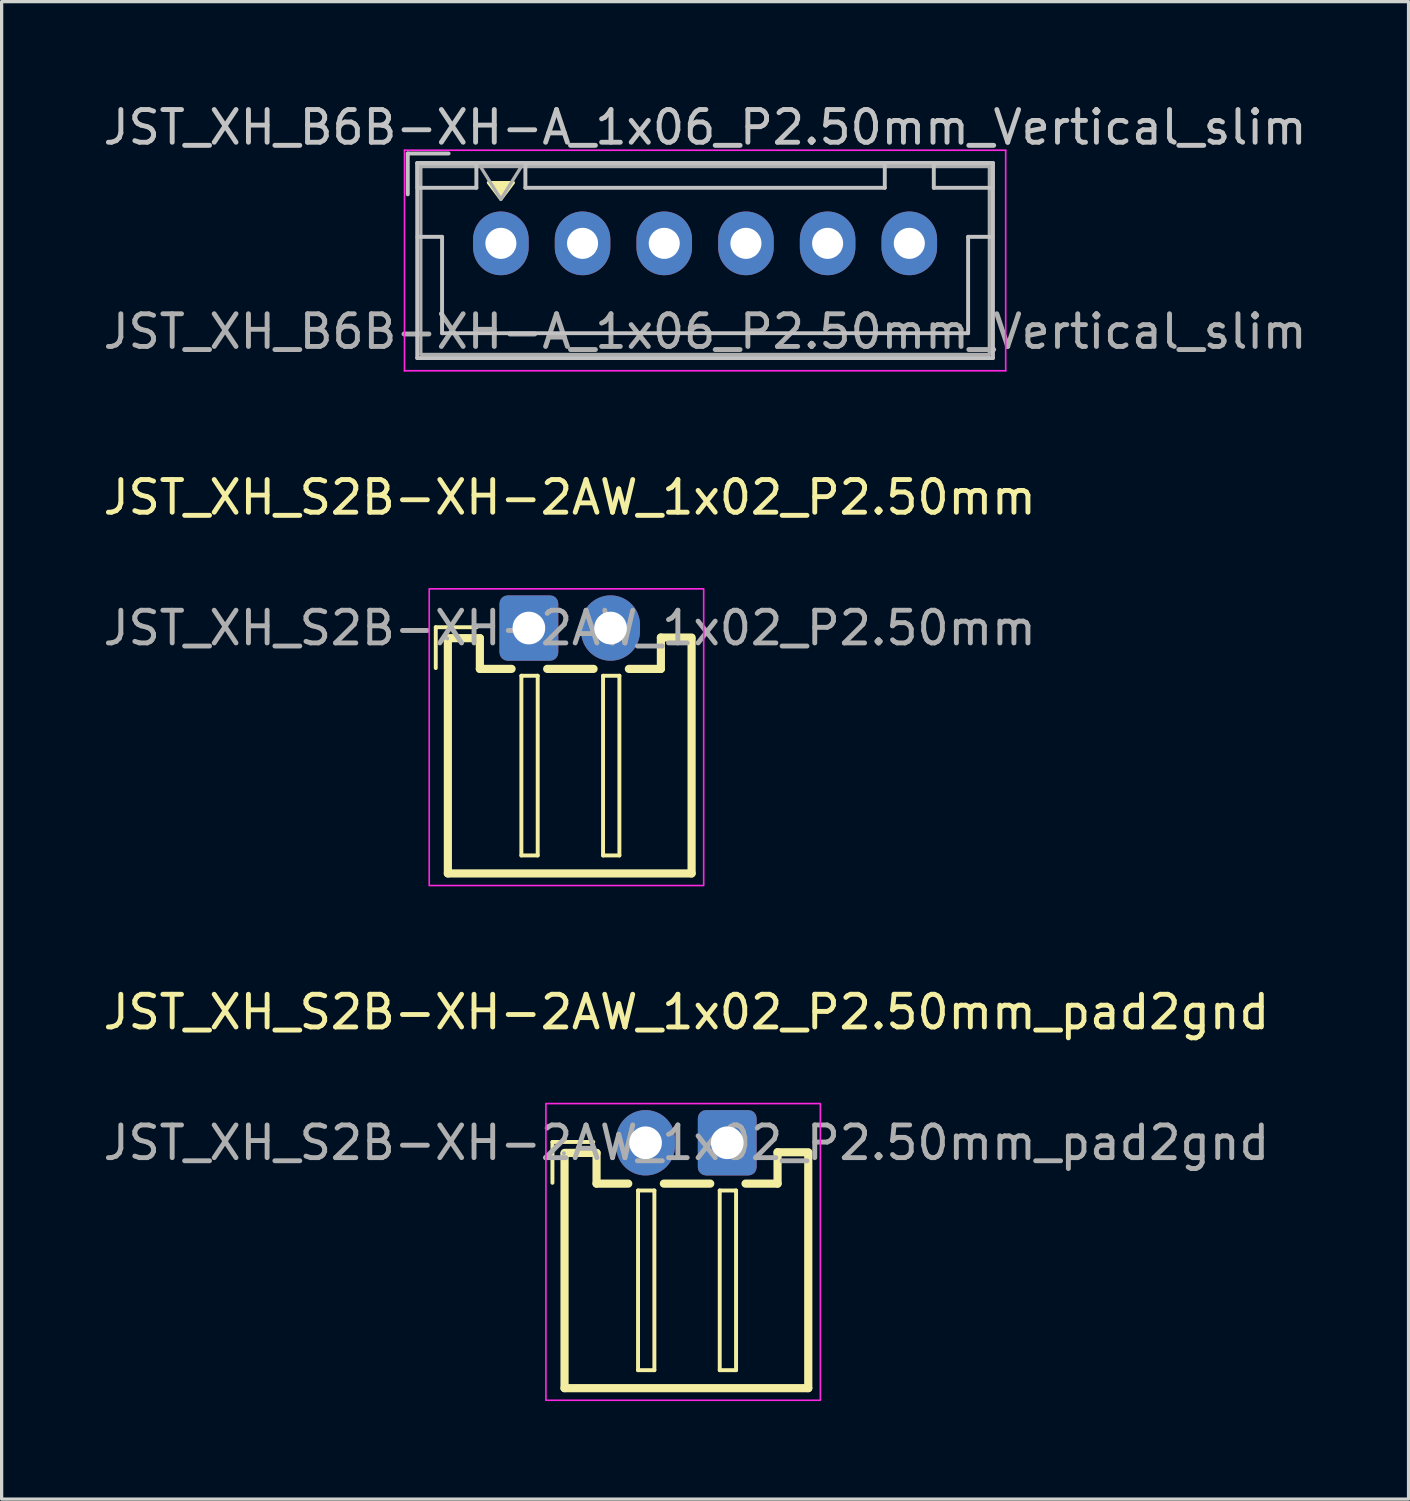
<source format=kicad_pcb>
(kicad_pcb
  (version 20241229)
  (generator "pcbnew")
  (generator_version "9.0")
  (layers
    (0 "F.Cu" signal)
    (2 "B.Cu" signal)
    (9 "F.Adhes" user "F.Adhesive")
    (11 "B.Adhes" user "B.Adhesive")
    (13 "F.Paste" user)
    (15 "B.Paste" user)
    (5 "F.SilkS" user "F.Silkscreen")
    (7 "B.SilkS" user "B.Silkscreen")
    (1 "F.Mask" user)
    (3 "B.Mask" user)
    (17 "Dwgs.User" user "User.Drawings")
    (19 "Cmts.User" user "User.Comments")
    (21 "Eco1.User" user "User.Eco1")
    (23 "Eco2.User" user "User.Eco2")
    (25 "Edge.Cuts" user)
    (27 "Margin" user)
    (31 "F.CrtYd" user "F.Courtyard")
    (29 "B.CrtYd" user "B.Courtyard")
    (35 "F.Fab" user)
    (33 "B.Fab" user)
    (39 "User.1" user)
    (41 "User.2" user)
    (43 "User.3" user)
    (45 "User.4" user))
  (footprint "JST_XH_S2B-XH-2AW_1x02_P2.50mm"
    (layer "F.Cu")
    (at 14.387 16.172)
    (property "Reference" "JST_XH_S2B-XH-2AW_1x02_P2.50mm" (at 0 -4 0) (layer "F.SilkS") (effects (font (size 1 1) (thickness 0.15))))
    (attr through_hole)
    (fp_line (start -4.1 -0.025) (end -4.1 1.225) (stroke (width 0.12) (type solid)) (layer "F.SilkS"))
    (fp_line (start -3.73 0.34) (end -3.73 7.51) (stroke (width 0.25) (type solid)) (layer "F.SilkS"))
    (fp_line (start -2.85 -0.025) (end -4.1 -0.025) (stroke (width 0.12) (type solid)) (layer "F.SilkS"))
    (fp_line (start -2.75 0.31) (end -3.73 0.31) (stroke (width 0.25) (type solid)) (layer "F.SilkS"))
    (fp_line (start -2.75 1.25) (end -2.75 0.31) (stroke (width 0.25) (type solid)) (layer "F.SilkS"))
    (fp_line (start -1.78 1.25) (end -2.75 1.25) (stroke (width 0.25) (type solid)) (layer "F.SilkS"))
    (fp_line (start -1.48 1.46) (end -1.48 6.96) (stroke (width 0.12) (type solid)) (layer "F.SilkS"))
    (fp_line (start -1.48 6.96) (end -0.98 6.96) (stroke (width 0.12) (type solid)) (layer "F.SilkS"))
    (fp_line (start -0.98 1.46) (end -1.48 1.46) (stroke (width 0.12) (type solid)) (layer "F.SilkS"))
    (fp_line (start -0.98 6.96) (end -0.98 1.46) (stroke (width 0.12) (type solid)) (layer "F.SilkS"))
    (fp_line (start 0.73 1.25) (end -0.69 1.25) (stroke (width 0.25) (type solid)) (layer "F.SilkS"))
    (fp_line (start 1.02 1.46) (end 1.02 6.96) (stroke (width 0.12) (type solid)) (layer "F.SilkS"))
    (fp_line (start 1.02 6.96) (end 1.52 6.96) (stroke (width 0.12) (type solid)) (layer "F.SilkS"))
    (fp_line (start 1.52 1.46) (end 1.02 1.46) (stroke (width 0.12) (type solid)) (layer "F.SilkS"))
    (fp_line (start 1.52 6.96) (end 1.52 1.46) (stroke (width 0.12) (type solid)) (layer "F.SilkS"))
    (fp_line (start 2.79 0.29) (end 2.79 1.25) (stroke (width 0.25) (type solid)) (layer "F.SilkS"))
    (fp_line (start 2.79 1.25) (end 1.81 1.25) (stroke (width 0.25) (type solid)) (layer "F.SilkS"))
    (fp_line (start 3.73 0.29) (end 2.79 0.29) (stroke (width 0.25) (type solid)) (layer "F.SilkS"))
    (fp_line (start 3.73 0.34) (end 3.73 7.51) (stroke (width 0.25) (type solid)) (layer "F.SilkS"))
    (fp_line (start 3.73 7.51) (end -3.73 7.51) (stroke (width 0.25) (type solid)) (layer "F.SilkS"))
    (fp_poly (pts (xy -4.3 -1.2) (xy 4.1 -1.2) (xy 4.1 7.881) (xy -4.3 7.881)) (stroke (width 0.05) (type solid)) (fill no) (layer "F.CrtYd"))
    (fp_circle (center -3.75 0.32) (end -3.72 0.32) (stroke (width 0.06) (type solid)) (fill no) (layer "F.Fab"))
    (fp_text user "${REFERENCE}" (at 0 0 0) (layer "F.Fab") (effects (font (size 1 1) (thickness 0.15))))
    (pad "1" thru_hole roundrect (at -1.25 0) (size 1.8 2) (drill 1) (layers "*.Cu" "*.Mask") (roundrect_rratio 0.139))
    (pad "2" thru_hole oval (at 1.25 0) (size 1.8 2) (drill 1) (layers "*.Cu" "*.Mask")))
  (footprint "JST_XH_S2B-XH-2AW_1x02_P2.50mm_pad2gnd"
    (layer "F.Cu")
    (at 17.958 31.926)
    (property "Reference" "JST_XH_S2B-XH-2AW_1x02_P2.50mm_pad2gnd" (at 0 -4 0) (layer "F.SilkS") (effects (font (size 1 1) (thickness 0.15))))
    (attr through_hole)
    (fp_line (start -4.1 -0.025) (end -4.1 1.225) (stroke (width 0.12) (type solid)) (layer "F.SilkS"))
    (fp_line (start -3.73 0.34) (end -3.73 7.51) (stroke (width 0.25) (type solid)) (layer "F.SilkS"))
    (fp_line (start -2.85 -0.025) (end -4.1 -0.025) (stroke (width 0.12) (type solid)) (layer "F.SilkS"))
    (fp_line (start -2.75 0.31) (end -3.73 0.31) (stroke (width 0.25) (type solid)) (layer "F.SilkS"))
    (fp_line (start -2.75 1.25) (end -2.75 0.31) (stroke (width 0.25) (type solid)) (layer "F.SilkS"))
    (fp_line (start -1.78 1.25) (end -2.75 1.25) (stroke (width 0.25) (type solid)) (layer "F.SilkS"))
    (fp_line (start -1.48 1.46) (end -1.48 6.96) (stroke (width 0.12) (type solid)) (layer "F.SilkS"))
    (fp_line (start -1.48 6.96) (end -0.98 6.96) (stroke (width 0.12) (type solid)) (layer "F.SilkS"))
    (fp_line (start -0.98 1.46) (end -1.48 1.46) (stroke (width 0.12) (type solid)) (layer "F.SilkS"))
    (fp_line (start -0.98 6.96) (end -0.98 1.46) (stroke (width 0.12) (type solid)) (layer "F.SilkS"))
    (fp_line (start 0.73 1.25) (end -0.69 1.25) (stroke (width 0.25) (type solid)) (layer "F.SilkS"))
    (fp_line (start 1.02 1.46) (end 1.02 6.96) (stroke (width 0.12) (type solid)) (layer "F.SilkS"))
    (fp_line (start 1.02 6.96) (end 1.52 6.96) (stroke (width 0.12) (type solid)) (layer "F.SilkS"))
    (fp_line (start 1.52 1.46) (end 1.02 1.46) (stroke (width 0.12) (type solid)) (layer "F.SilkS"))
    (fp_line (start 1.52 6.96) (end 1.52 1.46) (stroke (width 0.12) (type solid)) (layer "F.SilkS"))
    (fp_line (start 2.79 0.29) (end 2.79 1.25) (stroke (width 0.25) (type solid)) (layer "F.SilkS"))
    (fp_line (start 2.79 1.25) (end 1.81 1.25) (stroke (width 0.25) (type solid)) (layer "F.SilkS"))
    (fp_line (start 3.73 0.29) (end 2.79 0.29) (stroke (width 0.25) (type solid)) (layer "F.SilkS"))
    (fp_line (start 3.73 0.34) (end 3.73 7.51) (stroke (width 0.25) (type solid)) (layer "F.SilkS"))
    (fp_line (start 3.73 7.51) (end -3.73 7.51) (stroke (width 0.25) (type solid)) (layer "F.SilkS"))
    (fp_poly (pts (xy -4.3 -1.2) (xy 4.1 -1.2) (xy 4.1 7.881) (xy -4.3 7.881)) (stroke (width 0.05) (type solid)) (fill no) (layer "F.CrtYd"))
    (fp_circle (center -3.75 0.32) (end -3.72 0.32) (stroke (width 0.06) (type solid)) (fill no) (layer "F.Fab"))
    (fp_text user "${REFERENCE}" (at 0 0 0) (layer "F.Fab") (effects (font (size 1 1) (thickness 0.15))))
    (pad "1" thru_hole oval (at -1.25 0) (size 1.8 2) (drill 1) (layers "*.Cu" "*.Mask"))
    (pad "2" thru_hole roundrect (at 1.25 0) (size 1.8 2) (drill 1) (layers "*.Cu" "*.Mask") (roundrect_rratio 0.139)))
  (footprint "JST_XH_B6B-XH-A_1x06_P2.50mm_Vertical_slim"
    (layer "F.Cu")
    (at 12.28 4.398)
    (property "Reference" "JST_XH_B6B-XH-A_1x06_P2.50mm_Vertical_slim" (at 6.25 -3.55 0) (layer "Dwgs.User") (effects (font (size 1 1) (thickness 0.15))))
    (attr through_hole)
    (fp_poly (pts (xy -0.381 -1.858) (xy 0.381 -1.858) (xy 0 -1.35)) (stroke (width 0.1) (type solid)) (fill yes) (layer "F.SilkS"))
    (fp_line (start -2.85 -2.75) (end -2.85 -1.5) (stroke (width 0.12) (type solid)) (layer "Dwgs.User"))
    (fp_line (start -2.56 -2.46) (end -2.56 3.51) (stroke (width 0.12) (type solid)) (layer "Dwgs.User"))
    (fp_line (start -2.56 3.51) (end 15.06 3.51) (stroke (width 0.12) (type solid)) (layer "Dwgs.User"))
    (fp_line (start -2.55 -2.45) (end -2.55 -1.7) (stroke (width 0.12) (type solid)) (layer "Dwgs.User"))
    (fp_line (start -2.55 -1.7) (end -0.75 -1.7) (stroke (width 0.12) (type solid)) (layer "Dwgs.User"))
    (fp_line (start -2.55 -0.2) (end -1.8 -0.2) (stroke (width 0.12) (type solid)) (layer "Dwgs.User"))
    (fp_line (start -1.8 -0.2) (end -1.8 2.75) (stroke (width 0.12) (type solid)) (layer "Dwgs.User"))
    (fp_line (start -1.8 2.75) (end 6.25 2.75) (stroke (width 0.12) (type solid)) (layer "Dwgs.User"))
    (fp_line (start -1.6 -2.75) (end -2.85 -2.75) (stroke (width 0.12) (type solid)) (layer "Dwgs.User"))
    (fp_line (start -0.75 -2.45) (end -2.55 -2.45) (stroke (width 0.12) (type solid)) (layer "Dwgs.User"))
    (fp_line (start -0.75 -1.7) (end -0.75 -2.45) (stroke (width 0.12) (type solid)) (layer "Dwgs.User"))
    (fp_line (start 0.75 -2.45) (end 0.75 -1.7) (stroke (width 0.12) (type solid)) (layer "Dwgs.User"))
    (fp_line (start 0.75 -1.7) (end 11.75 -1.7) (stroke (width 0.12) (type solid)) (layer "Dwgs.User"))
    (fp_line (start 11.75 -2.45) (end 0.75 -2.45) (stroke (width 0.12) (type solid)) (layer "Dwgs.User"))
    (fp_line (start 11.75 -1.7) (end 11.75 -2.45) (stroke (width 0.12) (type solid)) (layer "Dwgs.User"))
    (fp_line (start 13.25 -2.45) (end 13.25 -1.7) (stroke (width 0.12) (type solid)) (layer "Dwgs.User"))
    (fp_line (start 13.25 -1.7) (end 15.05 -1.7) (stroke (width 0.12) (type solid)) (layer "Dwgs.User"))
    (fp_line (start 14.3 -0.2) (end 14.3 2.75) (stroke (width 0.12) (type solid)) (layer "Dwgs.User"))
    (fp_line (start 14.3 2.75) (end 6.25 2.75) (stroke (width 0.12) (type solid)) (layer "Dwgs.User"))
    (fp_line (start 15.05 -2.45) (end 13.25 -2.45) (stroke (width 0.12) (type solid)) (layer "Dwgs.User"))
    (fp_line (start 15.05 -1.7) (end 15.05 -2.45) (stroke (width 0.12) (type solid)) (layer "Dwgs.User"))
    (fp_line (start 15.05 -0.2) (end 14.3 -0.2) (stroke (width 0.12) (type solid)) (layer "Dwgs.User"))
    (fp_line (start 15.06 -2.46) (end -2.56 -2.46) (stroke (width 0.12) (type solid)) (layer "Dwgs.User"))
    (fp_line (start 15.06 3.51) (end 15.06 -2.46) (stroke (width 0.12) (type solid)) (layer "Dwgs.User"))
    (fp_line (start -2.95 -2.85) (end -2.95 3.9) (stroke (width 0.05) (type solid)) (layer "F.CrtYd"))
    (fp_line (start -2.95 3.9) (end 15.45 3.9) (stroke (width 0.05) (type solid)) (layer "F.CrtYd"))
    (fp_line (start 15.45 -2.85) (end -2.95 -2.85) (stroke (width 0.05) (type solid)) (layer "F.CrtYd"))
    (fp_line (start 15.45 3.9) (end 15.45 -2.85) (stroke (width 0.05) (type solid)) (layer "F.CrtYd"))
    (fp_line (start -2.45 -2.35) (end -2.45 3.4) (stroke (width 0.1) (type solid)) (layer "F.Fab"))
    (fp_line (start -2.45 3.4) (end 14.95 3.4) (stroke (width 0.1) (type solid)) (layer "F.Fab"))
    (fp_line (start -0.625 -2.35) (end 0 -1.35) (stroke (width 0.1) (type solid)) (layer "F.Fab"))
    (fp_line (start 0 -1.35) (end 0.625 -2.35) (stroke (width 0.1) (type solid)) (layer "F.Fab"))
    (fp_line (start 14.95 -2.35) (end -2.45 -2.35) (stroke (width 0.1) (type solid)) (layer "F.Fab"))
    (fp_line (start 14.95 3.4) (end 14.95 -2.35) (stroke (width 0.1) (type solid)) (layer "F.Fab"))
    (fp_text user "${REFERENCE}" (at 6.25 2.7 0) (layer "F.Fab") (effects (font (size 1 1) (thickness 0.15))))
    (pad "1" thru_hole oval (at 0 0) (size 1.7 1.95) (drill 0.95) (layers "*.Cu" "*.Mask"))
    (pad "2" thru_hole oval (at 2.5 0) (size 1.7 1.95) (drill 0.95) (layers "*.Cu" "*.Mask"))
    (pad "3" thru_hole oval (at 5 0) (size 1.7 1.95) (drill 0.95) (layers "*.Cu" "*.Mask"))
    (pad "4" thru_hole oval (at 7.5 0) (size 1.7 1.95) (drill 0.95) (layers "*.Cu" "*.Mask"))
    (pad "5" thru_hole oval (at 10 0) (size 1.7 1.95) (drill 0.95) (layers "*.Cu" "*.Mask"))
    (pad "6" thru_hole oval (at 12.5 0) (size 1.7 1.95) (drill 0.95) (layers "*.Cu" "*.Mask")))
  (gr_rect
    (start -3 -3)
    (end 40.06 42.832)
    (stroke (width 0.1) (type default))
    (fill no)
    (layer "Edge.Cuts")))
</source>
